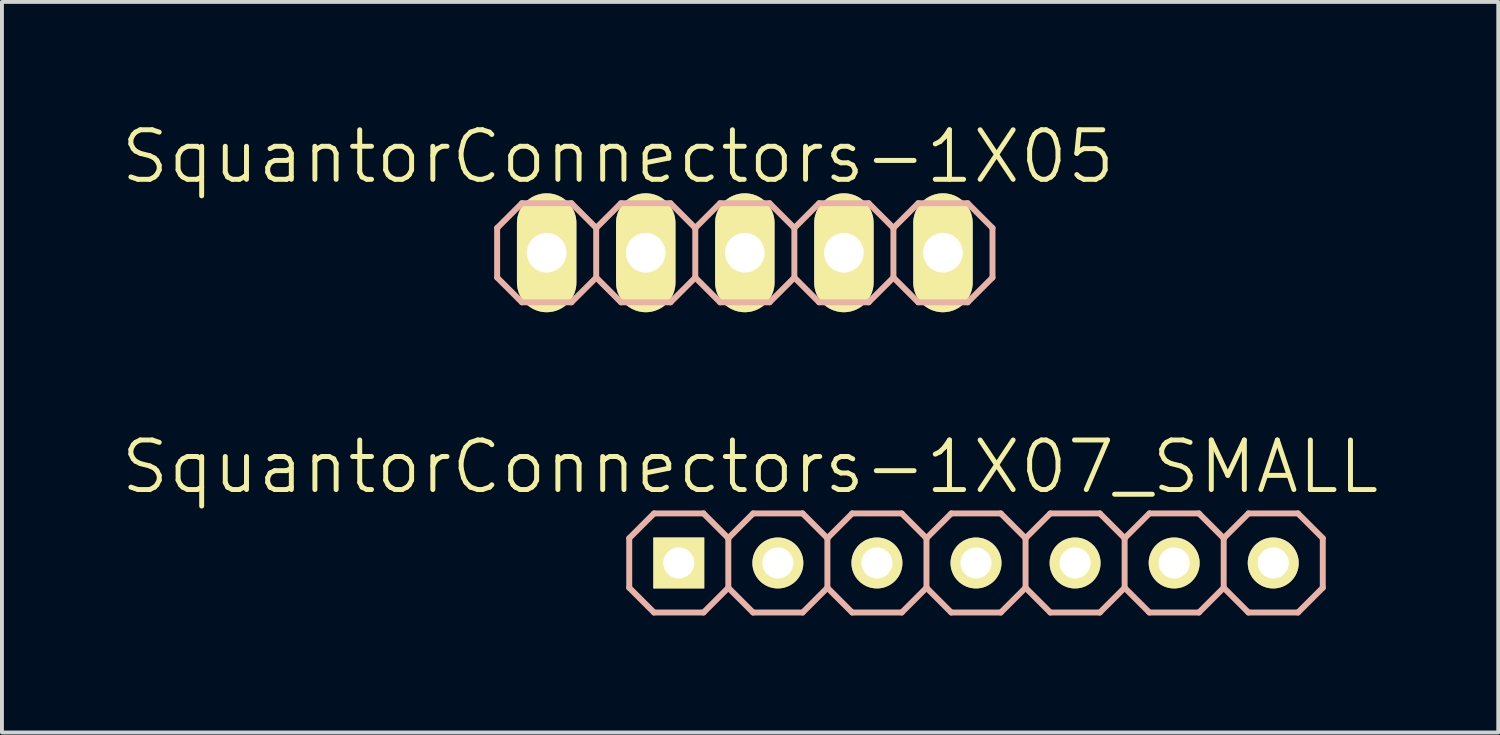
<source format=kicad_pcb>
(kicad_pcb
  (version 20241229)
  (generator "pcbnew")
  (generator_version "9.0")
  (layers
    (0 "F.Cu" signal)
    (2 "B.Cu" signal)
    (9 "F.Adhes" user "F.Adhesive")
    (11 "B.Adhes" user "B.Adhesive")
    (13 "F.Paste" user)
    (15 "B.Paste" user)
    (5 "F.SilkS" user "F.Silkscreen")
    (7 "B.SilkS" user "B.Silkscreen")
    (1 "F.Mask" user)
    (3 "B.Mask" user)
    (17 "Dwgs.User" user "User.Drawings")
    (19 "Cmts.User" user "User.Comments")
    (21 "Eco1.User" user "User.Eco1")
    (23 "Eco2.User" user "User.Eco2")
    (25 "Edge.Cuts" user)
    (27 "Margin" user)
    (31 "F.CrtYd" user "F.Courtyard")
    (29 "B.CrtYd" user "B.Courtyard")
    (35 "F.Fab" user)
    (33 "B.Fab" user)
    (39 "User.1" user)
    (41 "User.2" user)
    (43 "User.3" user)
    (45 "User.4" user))
  (footprint "SquantorConnectors-1X05"
    (layer "F.Cu")
    (at 16.045 3.43)
    (property "Reference" "SquantorConnectors-1X05" (at -3.251 -2.464 0) (layer "F.SilkS") (effects (font (size 1.27 1.27) (thickness 0.127))))
    (attr exclude_from_pos_files exclude_from_bom)
    (fp_line (start -5.334 -0.254) (end -4.826 -0.254) (stroke (width 0.066) (type solid)) (layer "F.SilkS"))
    (fp_line (start -5.334 0.254) (end -5.334 -0.254) (stroke (width 0.066) (type solid)) (layer "F.SilkS"))
    (fp_line (start -5.334 0.254) (end -4.826 0.254) (stroke (width 0.066) (type solid)) (layer "F.SilkS"))
    (fp_line (start -4.826 0.254) (end -4.826 -0.254) (stroke (width 0.066) (type solid)) (layer "F.SilkS"))
    (fp_line (start -2.794 -0.254) (end -2.286 -0.254) (stroke (width 0.066) (type solid)) (layer "F.SilkS"))
    (fp_line (start -2.794 0.254) (end -2.794 -0.254) (stroke (width 0.066) (type solid)) (layer "F.SilkS"))
    (fp_line (start -2.794 0.254) (end -2.286 0.254) (stroke (width 0.066) (type solid)) (layer "F.SilkS"))
    (fp_line (start -2.286 0.254) (end -2.286 -0.254) (stroke (width 0.066) (type solid)) (layer "F.SilkS"))
    (fp_line (start -0.254 -0.254) (end 0.254 -0.254) (stroke (width 0.066) (type solid)) (layer "F.SilkS"))
    (fp_line (start -0.254 0.254) (end -0.254 -0.254) (stroke (width 0.066) (type solid)) (layer "F.SilkS"))
    (fp_line (start -0.254 0.254) (end 0.254 0.254) (stroke (width 0.066) (type solid)) (layer "F.SilkS"))
    (fp_line (start 0.254 0.254) (end 0.254 -0.254) (stroke (width 0.066) (type solid)) (layer "F.SilkS"))
    (fp_line (start 2.286 -0.254) (end 2.794 -0.254) (stroke (width 0.066) (type solid)) (layer "F.SilkS"))
    (fp_line (start 2.286 0.254) (end 2.286 -0.254) (stroke (width 0.066) (type solid)) (layer "F.SilkS"))
    (fp_line (start 2.286 0.254) (end 2.794 0.254) (stroke (width 0.066) (type solid)) (layer "F.SilkS"))
    (fp_line (start 2.794 0.254) (end 2.794 -0.254) (stroke (width 0.066) (type solid)) (layer "F.SilkS"))
    (fp_line (start 4.826 -0.254) (end 5.334 -0.254) (stroke (width 0.066) (type solid)) (layer "F.SilkS"))
    (fp_line (start 4.826 0.254) (end 4.826 -0.254) (stroke (width 0.066) (type solid)) (layer "F.SilkS"))
    (fp_line (start 4.826 0.254) (end 5.334 0.254) (stroke (width 0.066) (type solid)) (layer "F.SilkS"))
    (fp_line (start 5.334 0.254) (end 5.334 -0.254) (stroke (width 0.066) (type solid)) (layer "F.SilkS"))
    (fp_line (start -6.35 -0.635) (end -6.35 0.635) (stroke (width 0.152) (type solid)) (layer "B.SilkS"))
    (fp_line (start -6.35 0.635) (end -5.715 1.27) (stroke (width 0.152) (type solid)) (layer "B.SilkS"))
    (fp_line (start -5.715 -1.27) (end -6.35 -0.635) (stroke (width 0.152) (type solid)) (layer "B.SilkS"))
    (fp_line (start -5.715 -1.27) (end -4.445 -1.27) (stroke (width 0.152) (type solid)) (layer "B.SilkS"))
    (fp_line (start -4.445 -1.27) (end -3.81 -0.635) (stroke (width 0.152) (type solid)) (layer "B.SilkS"))
    (fp_line (start -4.445 1.27) (end -5.715 1.27) (stroke (width 0.152) (type solid)) (layer "B.SilkS"))
    (fp_line (start -3.81 -0.635) (end -3.81 0.635) (stroke (width 0.152) (type solid)) (layer "B.SilkS"))
    (fp_line (start -3.81 -0.635) (end -3.175 -1.27) (stroke (width 0.152) (type solid)) (layer "B.SilkS"))
    (fp_line (start -3.81 0.635) (end -4.445 1.27) (stroke (width 0.152) (type solid)) (layer "B.SilkS"))
    (fp_line (start -3.175 -1.27) (end -1.905 -1.27) (stroke (width 0.152) (type solid)) (layer "B.SilkS"))
    (fp_line (start -3.175 1.27) (end -3.81 0.635) (stroke (width 0.152) (type solid)) (layer "B.SilkS"))
    (fp_line (start -1.905 -1.27) (end -1.27 -0.635) (stroke (width 0.152) (type solid)) (layer "B.SilkS"))
    (fp_line (start -1.905 1.27) (end -3.175 1.27) (stroke (width 0.152) (type solid)) (layer "B.SilkS"))
    (fp_line (start -1.27 -0.635) (end -1.27 0.635) (stroke (width 0.152) (type solid)) (layer "B.SilkS"))
    (fp_line (start -1.27 -0.635) (end -0.635 -1.27) (stroke (width 0.152) (type solid)) (layer "B.SilkS"))
    (fp_line (start -1.27 0.635) (end -1.905 1.27) (stroke (width 0.152) (type solid)) (layer "B.SilkS"))
    (fp_line (start -0.635 -1.27) (end 0.635 -1.27) (stroke (width 0.152) (type solid)) (layer "B.SilkS"))
    (fp_line (start -0.635 1.27) (end -1.27 0.635) (stroke (width 0.152) (type solid)) (layer "B.SilkS"))
    (fp_line (start 0.635 -1.27) (end 1.27 -0.635) (stroke (width 0.152) (type solid)) (layer "B.SilkS"))
    (fp_line (start 0.635 1.27) (end -0.635 1.27) (stroke (width 0.152) (type solid)) (layer "B.SilkS"))
    (fp_line (start 1.27 -0.635) (end 1.27 0.635) (stroke (width 0.152) (type solid)) (layer "B.SilkS"))
    (fp_line (start 1.27 0.635) (end 0.635 1.27) (stroke (width 0.152) (type solid)) (layer "B.SilkS"))
    (fp_line (start 1.27 0.635) (end 1.905 1.27) (stroke (width 0.152) (type solid)) (layer "B.SilkS"))
    (fp_line (start 1.905 -1.27) (end 1.27 -0.635) (stroke (width 0.152) (type solid)) (layer "B.SilkS"))
    (fp_line (start 1.905 -1.27) (end 3.175 -1.27) (stroke (width 0.152) (type solid)) (layer "B.SilkS"))
    (fp_line (start 3.175 -1.27) (end 3.81 -0.635) (stroke (width 0.152) (type solid)) (layer "B.SilkS"))
    (fp_line (start 3.175 1.27) (end 1.905 1.27) (stroke (width 0.152) (type solid)) (layer "B.SilkS"))
    (fp_line (start 3.81 -0.635) (end 3.81 0.635) (stroke (width 0.152) (type solid)) (layer "B.SilkS"))
    (fp_line (start 3.81 0.635) (end 3.175 1.27) (stroke (width 0.152) (type solid)) (layer "B.SilkS"))
    (fp_line (start 3.81 0.635) (end 4.445 1.27) (stroke (width 0.152) (type solid)) (layer "B.SilkS"))
    (fp_line (start 4.445 -1.27) (end 3.81 -0.635) (stroke (width 0.152) (type solid)) (layer "B.SilkS"))
    (fp_line (start 4.445 -1.27) (end 5.715 -1.27) (stroke (width 0.152) (type solid)) (layer "B.SilkS"))
    (fp_line (start 5.715 -1.27) (end 6.35 -0.635) (stroke (width 0.152) (type solid)) (layer "B.SilkS"))
    (fp_line (start 5.715 1.27) (end 4.445 1.27) (stroke (width 0.152) (type solid)) (layer "B.SilkS"))
    (fp_line (start 6.35 -0.635) (end 6.35 0.635) (stroke (width 0.152) (type solid)) (layer "B.SilkS"))
    (fp_line (start 6.35 0.635) (end 5.715 1.27) (stroke (width 0.152) (type solid)) (layer "B.SilkS"))
    (pad "1" thru_hole oval (at -5.08 0 180) (size 1.524 3.048) (drill 1.016) (layers "*.Cu" "F.Mask" "F.SilkS" "F.Paste"))
    (pad "2" thru_hole oval (at -2.54 0 180) (size 1.524 3.048) (drill 1.016) (layers "*.Cu" "F.Mask" "F.SilkS" "F.Paste"))
    (pad "3" thru_hole oval (at 0 0 180) (size 1.524 3.048) (drill 1.016) (layers "*.Cu" "F.Mask" "F.SilkS" "F.Paste"))
    (pad "4" thru_hole oval (at 2.54 0 180) (size 1.524 3.048) (drill 1.016) (layers "*.Cu" "F.Mask" "F.SilkS" "F.Paste"))
    (pad "5" thru_hole oval (at 5.08 0 180) (size 1.524 3.048) (drill 1.016) (layers "*.Cu" "F.Mask" "F.SilkS" "F.Paste")))
  (footprint "SquantorConnectors-1X07_SMALL"
    (layer "F.Cu")
    (at 21.972 11.383)
    (property "Reference" "SquantorConnectors-1X07_SMALL" (at -5.791 -2.464 0) (layer "F.SilkS") (effects (font (size 1.27 1.27) (thickness 0.127))))
    (attr exclude_from_pos_files exclude_from_bom)
    (fp_line (start -7.874 -0.254) (end -7.366 -0.254) (stroke (width 0.066) (type solid)) (layer "F.SilkS"))
    (fp_line (start -7.874 0.254) (end -7.874 -0.254) (stroke (width 0.066) (type solid)) (layer "F.SilkS"))
    (fp_line (start -7.874 0.254) (end -7.366 0.254) (stroke (width 0.066) (type solid)) (layer "F.SilkS"))
    (fp_line (start -7.366 0.254) (end -7.366 -0.254) (stroke (width 0.066) (type solid)) (layer "F.SilkS"))
    (fp_line (start -5.334 -0.254) (end -4.826 -0.254) (stroke (width 0.066) (type solid)) (layer "F.SilkS"))
    (fp_line (start -5.334 0.254) (end -5.334 -0.254) (stroke (width 0.066) (type solid)) (layer "F.SilkS"))
    (fp_line (start -5.334 0.254) (end -4.826 0.254) (stroke (width 0.066) (type solid)) (layer "F.SilkS"))
    (fp_line (start -4.826 0.254) (end -4.826 -0.254) (stroke (width 0.066) (type solid)) (layer "F.SilkS"))
    (fp_line (start -2.794 -0.254) (end -2.286 -0.254) (stroke (width 0.066) (type solid)) (layer "F.SilkS"))
    (fp_line (start -2.794 0.254) (end -2.794 -0.254) (stroke (width 0.066) (type solid)) (layer "F.SilkS"))
    (fp_line (start -2.794 0.254) (end -2.286 0.254) (stroke (width 0.066) (type solid)) (layer "F.SilkS"))
    (fp_line (start -2.286 0.254) (end -2.286 -0.254) (stroke (width 0.066) (type solid)) (layer "F.SilkS"))
    (fp_line (start -0.254 -0.254) (end 0.254 -0.254) (stroke (width 0.066) (type solid)) (layer "F.SilkS"))
    (fp_line (start -0.254 0.254) (end -0.254 -0.254) (stroke (width 0.066) (type solid)) (layer "F.SilkS"))
    (fp_line (start -0.254 0.254) (end 0.254 0.254) (stroke (width 0.066) (type solid)) (layer "F.SilkS"))
    (fp_line (start 0.254 0.254) (end 0.254 -0.254) (stroke (width 0.066) (type solid)) (layer "F.SilkS"))
    (fp_line (start 2.286 -0.254) (end 2.794 -0.254) (stroke (width 0.066) (type solid)) (layer "F.SilkS"))
    (fp_line (start 2.286 0.254) (end 2.286 -0.254) (stroke (width 0.066) (type solid)) (layer "F.SilkS"))
    (fp_line (start 2.286 0.254) (end 2.794 0.254) (stroke (width 0.066) (type solid)) (layer "F.SilkS"))
    (fp_line (start 2.794 0.254) (end 2.794 -0.254) (stroke (width 0.066) (type solid)) (layer "F.SilkS"))
    (fp_line (start 4.826 -0.254) (end 5.334 -0.254) (stroke (width 0.066) (type solid)) (layer "F.SilkS"))
    (fp_line (start 4.826 0.254) (end 4.826 -0.254) (stroke (width 0.066) (type solid)) (layer "F.SilkS"))
    (fp_line (start 4.826 0.254) (end 5.334 0.254) (stroke (width 0.066) (type solid)) (layer "F.SilkS"))
    (fp_line (start 5.334 0.254) (end 5.334 -0.254) (stroke (width 0.066) (type solid)) (layer "F.SilkS"))
    (fp_line (start 7.366 -0.254) (end 7.874 -0.254) (stroke (width 0.066) (type solid)) (layer "F.SilkS"))
    (fp_line (start 7.366 0.254) (end 7.366 -0.254) (stroke (width 0.066) (type solid)) (layer "F.SilkS"))
    (fp_line (start 7.366 0.254) (end 7.874 0.254) (stroke (width 0.066) (type solid)) (layer "F.SilkS"))
    (fp_line (start 7.874 0.254) (end 7.874 -0.254) (stroke (width 0.066) (type solid)) (layer "F.SilkS"))
    (fp_line (start -8.89 -0.635) (end -8.89 0.635) (stroke (width 0.152) (type solid)) (layer "B.SilkS"))
    (fp_line (start -8.89 0.635) (end -8.255 1.27) (stroke (width 0.152) (type solid)) (layer "B.SilkS"))
    (fp_line (start -8.255 -1.27) (end -8.89 -0.635) (stroke (width 0.152) (type solid)) (layer "B.SilkS"))
    (fp_line (start -8.255 -1.27) (end -6.985 -1.27) (stroke (width 0.152) (type solid)) (layer "B.SilkS"))
    (fp_line (start -6.985 -1.27) (end -6.35 -0.635) (stroke (width 0.152) (type solid)) (layer "B.SilkS"))
    (fp_line (start -6.985 1.27) (end -8.255 1.27) (stroke (width 0.152) (type solid)) (layer "B.SilkS"))
    (fp_line (start -6.35 -0.635) (end -6.35 0.635) (stroke (width 0.152) (type solid)) (layer "B.SilkS"))
    (fp_line (start -6.35 -0.635) (end -5.715 -1.27) (stroke (width 0.152) (type solid)) (layer "B.SilkS"))
    (fp_line (start -6.35 0.635) (end -6.985 1.27) (stroke (width 0.152) (type solid)) (layer "B.SilkS"))
    (fp_line (start -5.715 -1.27) (end -4.445 -1.27) (stroke (width 0.152) (type solid)) (layer "B.SilkS"))
    (fp_line (start -5.715 1.27) (end -6.35 0.635) (stroke (width 0.152) (type solid)) (layer "B.SilkS"))
    (fp_line (start -4.445 -1.27) (end -3.81 -0.635) (stroke (width 0.152) (type solid)) (layer "B.SilkS"))
    (fp_line (start -4.445 1.27) (end -5.715 1.27) (stroke (width 0.152) (type solid)) (layer "B.SilkS"))
    (fp_line (start -3.81 -0.635) (end -3.81 0.635) (stroke (width 0.152) (type solid)) (layer "B.SilkS"))
    (fp_line (start -3.81 -0.635) (end -3.175 -1.27) (stroke (width 0.152) (type solid)) (layer "B.SilkS"))
    (fp_line (start -3.81 0.635) (end -4.445 1.27) (stroke (width 0.152) (type solid)) (layer "B.SilkS"))
    (fp_line (start -3.175 -1.27) (end -1.905 -1.27) (stroke (width 0.152) (type solid)) (layer "B.SilkS"))
    (fp_line (start -3.175 1.27) (end -3.81 0.635) (stroke (width 0.152) (type solid)) (layer "B.SilkS"))
    (fp_line (start -1.905 -1.27) (end -1.27 -0.635) (stroke (width 0.152) (type solid)) (layer "B.SilkS"))
    (fp_line (start -1.905 1.27) (end -3.175 1.27) (stroke (width 0.152) (type solid)) (layer "B.SilkS"))
    (fp_line (start -1.27 -0.635) (end -1.27 0.635) (stroke (width 0.152) (type solid)) (layer "B.SilkS"))
    (fp_line (start -1.27 0.635) (end -1.905 1.27) (stroke (width 0.152) (type solid)) (layer "B.SilkS"))
    (fp_line (start -1.27 0.635) (end -0.635 1.27) (stroke (width 0.152) (type solid)) (layer "B.SilkS"))
    (fp_line (start -0.635 -1.27) (end -1.27 -0.635) (stroke (width 0.152) (type solid)) (layer "B.SilkS"))
    (fp_line (start -0.635 -1.27) (end 0.635 -1.27) (stroke (width 0.152) (type solid)) (layer "B.SilkS"))
    (fp_line (start 0.635 -1.27) (end 1.27 -0.635) (stroke (width 0.152) (type solid)) (layer "B.SilkS"))
    (fp_line (start 0.635 1.27) (end -0.635 1.27) (stroke (width 0.152) (type solid)) (layer "B.SilkS"))
    (fp_line (start 1.27 -0.635) (end 1.27 0.635) (stroke (width 0.152) (type solid)) (layer "B.SilkS"))
    (fp_line (start 1.27 -0.635) (end 1.905 -1.27) (stroke (width 0.152) (type solid)) (layer "B.SilkS"))
    (fp_line (start 1.27 0.635) (end 0.635 1.27) (stroke (width 0.152) (type solid)) (layer "B.SilkS"))
    (fp_line (start 1.905 -1.27) (end 3.175 -1.27) (stroke (width 0.152) (type solid)) (layer "B.SilkS"))
    (fp_line (start 1.905 1.27) (end 1.27 0.635) (stroke (width 0.152) (type solid)) (layer "B.SilkS"))
    (fp_line (start 3.175 -1.27) (end 3.81 -0.635) (stroke (width 0.152) (type solid)) (layer "B.SilkS"))
    (fp_line (start 3.175 1.27) (end 1.905 1.27) (stroke (width 0.152) (type solid)) (layer "B.SilkS"))
    (fp_line (start 3.81 -0.635) (end 3.81 0.635) (stroke (width 0.152) (type solid)) (layer "B.SilkS"))
    (fp_line (start 3.81 -0.635) (end 4.445 -1.27) (stroke (width 0.152) (type solid)) (layer "B.SilkS"))
    (fp_line (start 3.81 0.635) (end 3.175 1.27) (stroke (width 0.152) (type solid)) (layer "B.SilkS"))
    (fp_line (start 4.445 -1.27) (end 5.715 -1.27) (stroke (width 0.152) (type solid)) (layer "B.SilkS"))
    (fp_line (start 4.445 1.27) (end 3.81 0.635) (stroke (width 0.152) (type solid)) (layer "B.SilkS"))
    (fp_line (start 5.715 -1.27) (end 6.35 -0.635) (stroke (width 0.152) (type solid)) (layer "B.SilkS"))
    (fp_line (start 5.715 1.27) (end 4.445 1.27) (stroke (width 0.152) (type solid)) (layer "B.SilkS"))
    (fp_line (start 6.35 -0.635) (end 6.35 0.635) (stroke (width 0.152) (type solid)) (layer "B.SilkS"))
    (fp_line (start 6.35 0.635) (end 5.715 1.27) (stroke (width 0.152) (type solid)) (layer "B.SilkS"))
    (fp_line (start 6.35 0.635) (end 6.985 1.27) (stroke (width 0.152) (type solid)) (layer "B.SilkS"))
    (fp_line (start 6.985 -1.27) (end 6.35 -0.635) (stroke (width 0.152) (type solid)) (layer "B.SilkS"))
    (fp_line (start 6.985 -1.27) (end 8.255 -1.27) (stroke (width 0.152) (type solid)) (layer "B.SilkS"))
    (fp_line (start 8.255 -1.27) (end 8.89 -0.635) (stroke (width 0.152) (type solid)) (layer "B.SilkS"))
    (fp_line (start 8.255 1.27) (end 6.985 1.27) (stroke (width 0.152) (type solid)) (layer "B.SilkS"))
    (fp_line (start 8.89 -0.635) (end 8.89 0.635) (stroke (width 0.152) (type solid)) (layer "B.SilkS"))
    (fp_line (start 8.89 0.635) (end 8.255 1.27) (stroke (width 0.152) (type solid)) (layer "B.SilkS"))
    (pad "1" thru_hole rect (at -7.62 0) (size 1.306 1.306) (drill 0.798) (layers "*.Cu" "F.Mask" "F.SilkS" "F.Paste"))
    (pad "2" thru_hole circle (at -5.08 0) (size 1.306 1.306) (drill 0.798) (layers "*.Cu" "F.Mask" "F.SilkS" "F.Paste"))
    (pad "3" thru_hole circle (at -2.54 0) (size 1.306 1.306) (drill 0.798) (layers "*.Cu" "F.Mask" "F.SilkS" "F.Paste"))
    (pad "4" thru_hole circle (at 0 0) (size 1.306 1.306) (drill 0.798) (layers "*.Cu" "F.Mask" "F.SilkS" "F.Paste"))
    (pad "5" thru_hole circle (at 2.54 0) (size 1.306 1.306) (drill 0.798) (layers "*.Cu" "F.Mask" "F.SilkS" "F.Paste"))
    (pad "6" thru_hole circle (at 5.08 0) (size 1.306 1.306) (drill 0.798) (layers "*.Cu" "F.Mask" "F.SilkS" "F.Paste"))
    (pad "7" thru_hole circle (at 7.62 0) (size 1.306 1.306) (drill 0.798) (layers "*.Cu" "F.Mask" "F.SilkS" "F.Paste")))
  (gr_rect
    (start -3 -3)
    (end 35.361 15.729)
    (stroke (width 0.1) (type default))
    (fill no)
    (layer "Edge.Cuts")))
</source>
